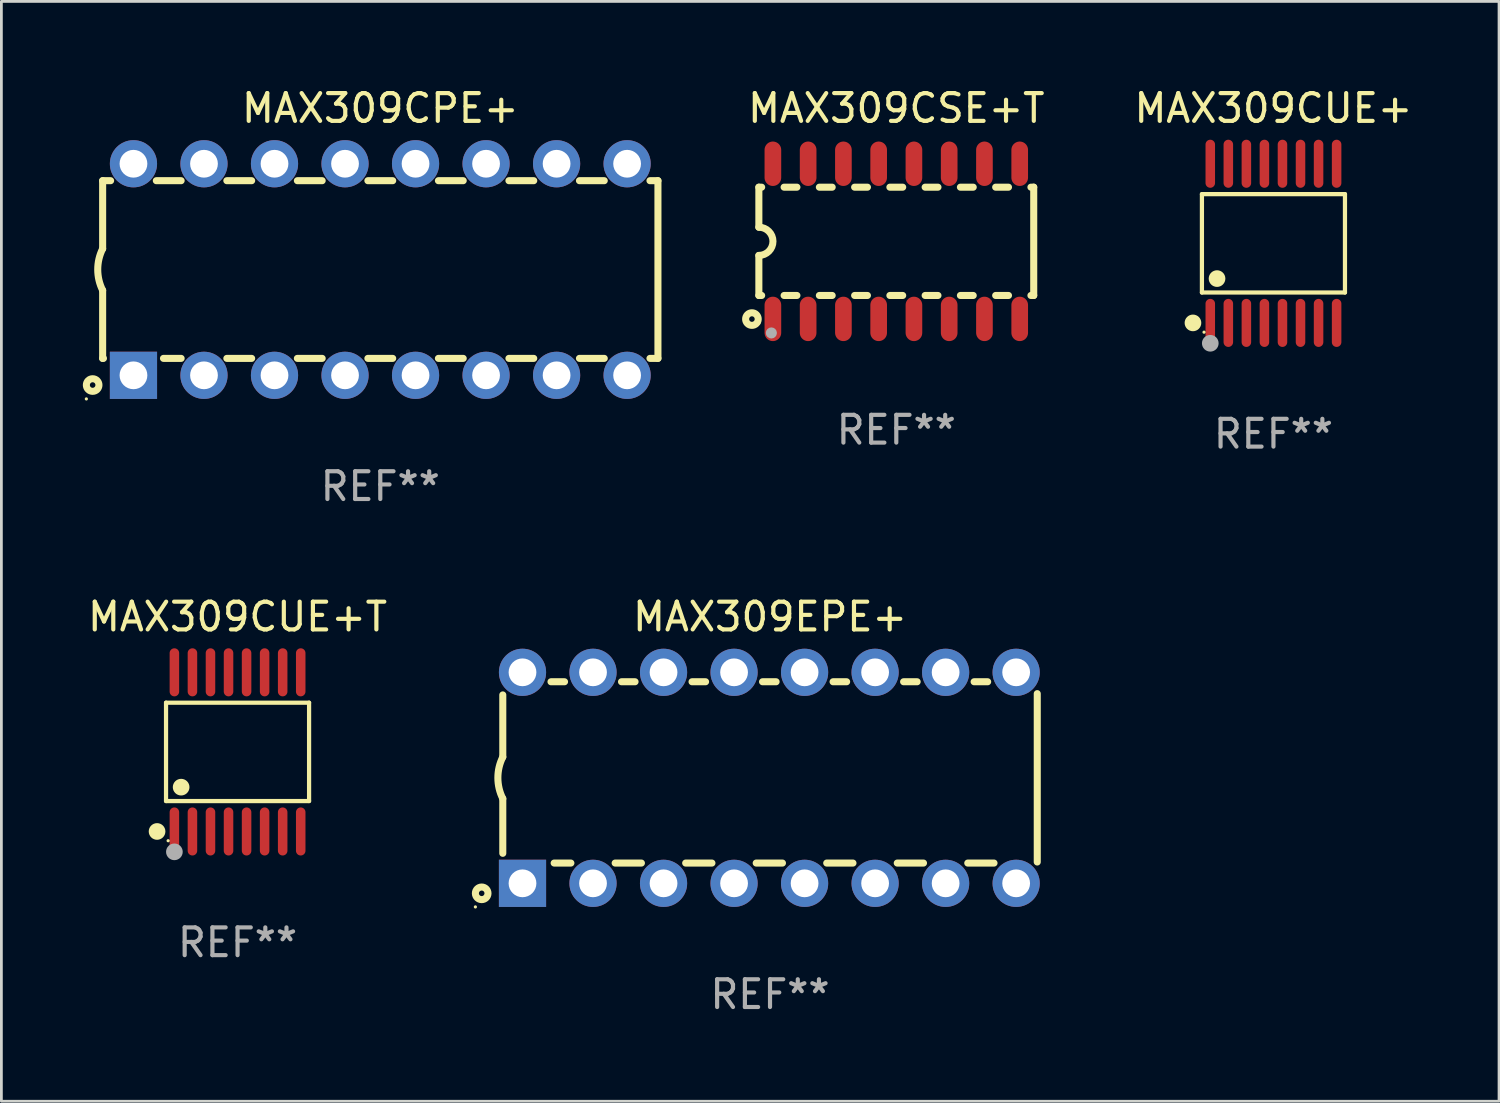
<source format=kicad_pcb>
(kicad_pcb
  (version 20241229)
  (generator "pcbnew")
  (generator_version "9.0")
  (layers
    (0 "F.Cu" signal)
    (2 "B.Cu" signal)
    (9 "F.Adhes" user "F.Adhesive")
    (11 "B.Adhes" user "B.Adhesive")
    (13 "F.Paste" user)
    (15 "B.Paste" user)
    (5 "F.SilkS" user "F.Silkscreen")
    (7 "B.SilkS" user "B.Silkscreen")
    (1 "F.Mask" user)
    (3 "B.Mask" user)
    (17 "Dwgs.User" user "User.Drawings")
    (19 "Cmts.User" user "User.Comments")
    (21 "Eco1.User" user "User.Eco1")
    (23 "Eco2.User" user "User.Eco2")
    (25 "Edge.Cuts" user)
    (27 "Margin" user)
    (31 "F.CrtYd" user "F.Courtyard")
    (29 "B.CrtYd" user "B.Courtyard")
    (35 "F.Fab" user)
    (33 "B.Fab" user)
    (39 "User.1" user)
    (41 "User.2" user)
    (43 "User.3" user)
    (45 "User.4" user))
  (footprint "MAX309CUE+"
    (layer "F.Cu")
    (at 42.816 5.714)
    (property "Reference" "MAX309CUE+" (at 0 -4.866 0) (layer "F.SilkS") (effects (font (size 1 1) (thickness 0.15))))
    (attr through_hole)
    (fp_line (start -2.576 -1.772) (end 2.576 -1.772) (stroke (width 0.152) (type solid)) (layer "F.SilkS"))
    (fp_line (start -2.576 1.771) (end -2.576 -1.772) (stroke (width 0.152) (type solid)) (layer "F.SilkS"))
    (fp_line (start 2.576 -1.772) (end 2.576 1.771) (stroke (width 0.152) (type solid)) (layer "F.SilkS"))
    (fp_line (start 2.576 1.771) (end -2.576 1.771) (stroke (width 0.152) (type solid)) (layer "F.SilkS"))
    (fp_circle (center -2.899 2.866) (end -2.749 2.866) (stroke (width 0.3) (type solid)) (fill no) (layer "F.SilkS"))
    (fp_circle (center -2.5 3.2) (end -2.47 3.2) (stroke (width 0.06) (type solid)) (fill no) (layer "F.SilkS"))
    (fp_circle (center -2.032 1.27) (end -1.882 1.27) (stroke (width 0.3) (type solid)) (fill no) (layer "F.SilkS"))
    (fp_circle (center -2.275 3.6) (end -2.125 3.6) (stroke (width 0.3) (type solid)) (fill no) (layer "F.Fab"))
    (fp_text user "REF**" (at 0 6.866 0) (layer "F.Fab") (effects (font (size 1 1) (thickness 0.15))))
    (pad "1" smd oval (at -2.275 2.866) (size 0.343 1.731) (layers "F.Cu" "F.Mask" "F.Paste"))
    (pad "2" smd oval (at -1.625 2.866) (size 0.343 1.731) (layers "F.Cu" "F.Mask" "F.Paste"))
    (pad "3" smd oval (at -0.975 2.866) (size 0.343 1.731) (layers "F.Cu" "F.Mask" "F.Paste"))
    (pad "4" smd oval (at -0.325 2.866) (size 0.343 1.731) (layers "F.Cu" "F.Mask" "F.Paste"))
    (pad "5" smd oval (at 0.325 2.866) (size 0.343 1.731) (layers "F.Cu" "F.Mask" "F.Paste"))
    (pad "6" smd oval (at 0.975 2.866) (size 0.343 1.731) (layers "F.Cu" "F.Mask" "F.Paste"))
    (pad "7" smd oval (at 1.625 2.866) (size 0.343 1.731) (layers "F.Cu" "F.Mask" "F.Paste"))
    (pad "8" smd oval (at 2.275 2.866) (size 0.343 1.731) (layers "F.Cu" "F.Mask" "F.Paste"))
    (pad "9" smd oval (at 2.275 -2.866) (size 0.343 1.731) (layers "F.Cu" "F.Mask" "F.Paste"))
    (pad "10" smd oval (at 1.625 -2.866) (size 0.343 1.731) (layers "F.Cu" "F.Mask" "F.Paste"))
    (pad "11" smd oval (at 0.975 -2.866) (size 0.343 1.731) (layers "F.Cu" "F.Mask" "F.Paste"))
    (pad "12" smd oval (at 0.325 -2.866) (size 0.343 1.731) (layers "F.Cu" "F.Mask" "F.Paste"))
    (pad "13" smd oval (at -0.325 -2.866) (size 0.343 1.731) (layers "F.Cu" "F.Mask" "F.Paste"))
    (pad "14" smd oval (at -0.975 -2.866) (size 0.343 1.731) (layers "F.Cu" "F.Mask" "F.Paste"))
    (pad "15" smd oval (at -1.625 -2.866) (size 0.343 1.731) (layers "F.Cu" "F.Mask" "F.Paste"))
    (pad "16" smd oval (at -2.275 -2.866) (size 0.343 1.731) (layers "F.Cu" "F.Mask" "F.Paste")))
  (footprint "MAX309CSE+T"
    (layer "F.Cu")
    (at 29.232 5.642)
    (property "Reference" "MAX309CSE+T" (at 0 -4.794 0) (layer "F.SilkS") (effects (font (size 1 1) (thickness 0.15))))
    (attr through_hole)
    (fp_line (start -4.95 -1.95) (end -4.95 -0.508) (stroke (width 0.254) (type solid)) (layer "F.SilkS"))
    (fp_line (start -4.95 -1.95) (end -4.849 -1.95) (stroke (width 0.254) (type solid)) (layer "F.SilkS"))
    (fp_line (start -4.95 1.95) (end -4.95 0.508) (stroke (width 0.254) (type solid)) (layer "F.SilkS"))
    (fp_line (start -4.95 1.95) (end -4.849 1.95) (stroke (width 0.254) (type solid)) (layer "F.SilkS"))
    (fp_line (start -4.041 -1.95) (end -3.579 -1.95) (stroke (width 0.254) (type solid)) (layer "F.SilkS"))
    (fp_line (start -4.041 1.95) (end -3.579 1.95) (stroke (width 0.254) (type solid)) (layer "F.SilkS"))
    (fp_line (start -2.771 -1.95) (end -2.309 -1.95) (stroke (width 0.254) (type solid)) (layer "F.SilkS"))
    (fp_line (start -2.771 1.95) (end -2.309 1.95) (stroke (width 0.254) (type solid)) (layer "F.SilkS"))
    (fp_line (start -1.501 -1.95) (end -1.039 -1.95) (stroke (width 0.254) (type solid)) (layer "F.SilkS"))
    (fp_line (start -1.501 1.95) (end -1.039 1.95) (stroke (width 0.254) (type solid)) (layer "F.SilkS"))
    (fp_line (start -0.231 -1.95) (end 0.231 -1.95) (stroke (width 0.254) (type solid)) (layer "F.SilkS"))
    (fp_line (start -0.231 1.95) (end 0.231 1.95) (stroke (width 0.254) (type solid)) (layer "F.SilkS"))
    (fp_line (start 1.039 -1.95) (end 1.501 -1.95) (stroke (width 0.254) (type solid)) (layer "F.SilkS"))
    (fp_line (start 1.039 1.95) (end 1.501 1.95) (stroke (width 0.254) (type solid)) (layer "F.SilkS"))
    (fp_line (start 2.309 -1.95) (end 2.771 -1.95) (stroke (width 0.254) (type solid)) (layer "F.SilkS"))
    (fp_line (start 2.309 1.95) (end 2.771 1.95) (stroke (width 0.254) (type solid)) (layer "F.SilkS"))
    (fp_line (start 3.579 -1.95) (end 4.041 -1.95) (stroke (width 0.254) (type solid)) (layer "F.SilkS"))
    (fp_line (start 3.579 1.95) (end 4.041 1.95) (stroke (width 0.254) (type solid)) (layer "F.SilkS"))
    (fp_line (start 4.849 -1.95) (end 4.95 -1.95) (stroke (width 0.254) (type solid)) (layer "F.SilkS"))
    (fp_line (start 4.849 1.95) (end 4.95 1.95) (stroke (width 0.254) (type solid)) (layer "F.SilkS"))
    (fp_line (start 4.95 -1.95) (end 4.95 1.95) (stroke (width 0.254) (type solid)) (layer "F.SilkS"))
    (fp_arc (start -4.95047 -0.508001) (mid -4.442469 -0.000228) (end -4.950013 0.508001) (stroke (width 0.254001) (type solid)) (layer "F.SilkS"))
    (fp_circle (center -5.2 2.8) (end -5.1 2.8) (stroke (width 0.254) (type solid)) (fill no) (layer "F.SilkS"))
    (fp_circle (center -4.95 2.947) (end -4.92 2.947) (stroke (width 0.06) (type solid)) (fill no) (layer "F.SilkS"))
    (fp_circle (center -4.5 3.3) (end -4.4 3.3) (stroke (width 0.2) (type solid)) (fill no) (layer "F.Fab"))
    (fp_text user "REF**" (at 0 6.794 0) (layer "F.Fab") (effects (font (size 1 1) (thickness 0.15))))
    (pad "1" smd oval (at -4.445 2.794) (size 0.6 1.6) (layers "F.Cu" "F.Mask" "F.Paste"))
    (pad "2" smd oval (at -3.175 2.794) (size 0.6 1.6) (layers "F.Cu" "F.Mask" "F.Paste"))
    (pad "3" smd oval (at -1.905 2.794) (size 0.6 1.6) (layers "F.Cu" "F.Mask" "F.Paste"))
    (pad "4" smd oval (at -0.635 2.794) (size 0.6 1.6) (layers "F.Cu" "F.Mask" "F.Paste"))
    (pad "5" smd oval (at 0.635 2.794) (size 0.6 1.6) (layers "F.Cu" "F.Mask" "F.Paste"))
    (pad "6" smd oval (at 1.905 2.794) (size 0.6 1.6) (layers "F.Cu" "F.Mask" "F.Paste"))
    (pad "7" smd oval (at 3.175 2.794) (size 0.6 1.6) (layers "F.Cu" "F.Mask" "F.Paste"))
    (pad "8" smd oval (at 4.445 2.794) (size 0.6 1.6) (layers "F.Cu" "F.Mask" "F.Paste"))
    (pad "9" smd oval (at 4.445 -2.794) (size 0.6 1.6) (layers "F.Cu" "F.Mask" "F.Paste"))
    (pad "10" smd oval (at 3.175 -2.794) (size 0.6 1.6) (layers "F.Cu" "F.Mask" "F.Paste"))
    (pad "11" smd oval (at 1.905 -2.794) (size 0.6 1.6) (layers "F.Cu" "F.Mask" "F.Paste"))
    (pad "12" smd oval (at 0.635 -2.794) (size 0.6 1.6) (layers "F.Cu" "F.Mask" "F.Paste"))
    (pad "13" smd oval (at -0.635 -2.794) (size 0.6 1.6) (layers "F.Cu" "F.Mask" "F.Paste"))
    (pad "14" smd oval (at -1.905 -2.794) (size 0.6 1.6) (layers "F.Cu" "F.Mask" "F.Paste"))
    (pad "15" smd oval (at -3.175 -2.794) (size 0.6 1.6) (layers "F.Cu" "F.Mask" "F.Paste"))
    (pad "16" smd oval (at -4.445 -2.794) (size 0.6 1.6) (layers "F.Cu" "F.Mask" "F.Paste")))
  (footprint "MAX309CUE+T"
    (layer "F.Cu")
    (at 5.506 24.031)
    (property "Reference" "MAX309CUE+T" (at 0 -4.866 0) (layer "F.SilkS") (effects (font (size 1 1) (thickness 0.15))))
    (attr through_hole)
    (fp_line (start -2.576 -1.772) (end 2.576 -1.772) (stroke (width 0.152) (type solid)) (layer "F.SilkS"))
    (fp_line (start -2.576 1.771) (end -2.576 -1.772) (stroke (width 0.152) (type solid)) (layer "F.SilkS"))
    (fp_line (start 2.576 -1.772) (end 2.576 1.771) (stroke (width 0.152) (type solid)) (layer "F.SilkS"))
    (fp_line (start 2.576 1.771) (end -2.576 1.771) (stroke (width 0.152) (type solid)) (layer "F.SilkS"))
    (fp_circle (center -2.899 2.866) (end -2.749 2.866) (stroke (width 0.3) (type solid)) (fill no) (layer "F.SilkS"))
    (fp_circle (center -2.5 3.2) (end -2.47 3.2) (stroke (width 0.06) (type solid)) (fill no) (layer "F.SilkS"))
    (fp_circle (center -2.032 1.27) (end -1.882 1.27) (stroke (width 0.3) (type solid)) (fill no) (layer "F.SilkS"))
    (fp_circle (center -2.275 3.6) (end -2.125 3.6) (stroke (width 0.3) (type solid)) (fill no) (layer "F.Fab"))
    (fp_text user "REF**" (at 0 6.866 0) (layer "F.Fab") (effects (font (size 1 1) (thickness 0.15))))
    (pad "1" smd oval (at -2.275 2.866) (size 0.343 1.731) (layers "F.Cu" "F.Mask" "F.Paste"))
    (pad "2" smd oval (at -1.625 2.866) (size 0.343 1.731) (layers "F.Cu" "F.Mask" "F.Paste"))
    (pad "3" smd oval (at -0.975 2.866) (size 0.343 1.731) (layers "F.Cu" "F.Mask" "F.Paste"))
    (pad "4" smd oval (at -0.325 2.866) (size 0.343 1.731) (layers "F.Cu" "F.Mask" "F.Paste"))
    (pad "5" smd oval (at 0.325 2.866) (size 0.343 1.731) (layers "F.Cu" "F.Mask" "F.Paste"))
    (pad "6" smd oval (at 0.975 2.866) (size 0.343 1.731) (layers "F.Cu" "F.Mask" "F.Paste"))
    (pad "7" smd oval (at 1.625 2.866) (size 0.343 1.731) (layers "F.Cu" "F.Mask" "F.Paste"))
    (pad "8" smd oval (at 2.275 2.866) (size 0.343 1.731) (layers "F.Cu" "F.Mask" "F.Paste"))
    (pad "9" smd oval (at 2.275 -2.866) (size 0.343 1.731) (layers "F.Cu" "F.Mask" "F.Paste"))
    (pad "10" smd oval (at 1.625 -2.866) (size 0.343 1.731) (layers "F.Cu" "F.Mask" "F.Paste"))
    (pad "11" smd oval (at 0.975 -2.866) (size 0.343 1.731) (layers "F.Cu" "F.Mask" "F.Paste"))
    (pad "12" smd oval (at 0.325 -2.866) (size 0.343 1.731) (layers "F.Cu" "F.Mask" "F.Paste"))
    (pad "13" smd oval (at -0.325 -2.866) (size 0.343 1.731) (layers "F.Cu" "F.Mask" "F.Paste"))
    (pad "14" smd oval (at -0.975 -2.866) (size 0.343 1.731) (layers "F.Cu" "F.Mask" "F.Paste"))
    (pad "15" smd oval (at -1.625 -2.866) (size 0.343 1.731) (layers "F.Cu" "F.Mask" "F.Paste"))
    (pad "16" smd oval (at -2.275 -2.866) (size 0.343 1.731) (layers "F.Cu" "F.Mask" "F.Paste")))
  (footprint "MAX309CPE+"
    (layer "F.Cu")
    (at 10.647 6.658)
    (property "Reference" "MAX309CPE+" (at 0 -5.81 0) (layer "F.SilkS") (effects (font (size 1 1) (thickness 0.15))))
    (attr through_hole)
    (fp_line (start -10 -3.2) (end -10 -0.75) (stroke (width 0.254) (type solid)) (layer "F.SilkS"))
    (fp_line (start -10 -3.2) (end -9.713 -3.2) (stroke (width 0.254) (type solid)) (layer "F.SilkS"))
    (fp_line (start -10 3.2) (end -10 0.75) (stroke (width 0.254) (type solid)) (layer "F.SilkS"))
    (fp_line (start -10 3.2) (end -9.971 3.2) (stroke (width 0.254) (type solid)) (layer "F.SilkS"))
    (fp_line (start -8.067 -3.2) (end -7.173 -3.2) (stroke (width 0.254) (type solid)) (layer "F.SilkS"))
    (fp_line (start -7.809 3.2) (end -7.173 3.2) (stroke (width 0.254) (type solid)) (layer "F.SilkS"))
    (fp_line (start -5.527 3.2) (end -4.633 3.2) (stroke (width 0.254) (type solid)) (layer "F.SilkS"))
    (fp_line (start -5.527 -3.2) (end -4.633 -3.2) (stroke (width 0.254) (type solid)) (layer "F.SilkS"))
    (fp_line (start -2.987 3.2) (end -2.093 3.2) (stroke (width 0.254) (type solid)) (layer "F.SilkS"))
    (fp_line (start -2.987 -3.2) (end -2.093 -3.2) (stroke (width 0.254) (type solid)) (layer "F.SilkS"))
    (fp_line (start -0.447 3.2) (end 0.447 3.2) (stroke (width 0.254) (type solid)) (layer "F.SilkS"))
    (fp_line (start -0.447 -3.2) (end 0.447 -3.2) (stroke (width 0.254) (type solid)) (layer "F.SilkS"))
    (fp_line (start 2.093 3.2) (end 2.987 3.2) (stroke (width 0.254) (type solid)) (layer "F.SilkS"))
    (fp_line (start 2.093 -3.2) (end 2.987 -3.2) (stroke (width 0.254) (type solid)) (layer "F.SilkS"))
    (fp_line (start 4.633 3.2) (end 5.527 3.2) (stroke (width 0.254) (type solid)) (layer "F.SilkS"))
    (fp_line (start 4.633 -3.2) (end 5.527 -3.2) (stroke (width 0.254) (type solid)) (layer "F.SilkS"))
    (fp_line (start 7.173 3.2) (end 8.067 3.2) (stroke (width 0.254) (type solid)) (layer "F.SilkS"))
    (fp_line (start 7.173 -3.2) (end 8.067 -3.2) (stroke (width 0.254) (type solid)) (layer "F.SilkS"))
    (fp_line (start 9.713 3.2) (end 10 3.2) (stroke (width 0.254) (type solid)) (layer "F.SilkS"))
    (fp_line (start 9.713 -3.2) (end 10 -3.2) (stroke (width 0.254) (type solid)) (layer "F.SilkS"))
    (fp_line (start 10 -3.2) (end 10 3.2) (stroke (width 0.254) (type solid)) (layer "F.SilkS"))
    (fp_arc (start -10 0.748793) (mid -10.176918 -0.000607) (end -10.000025 -0.750013) (stroke (width 0.254001) (type solid)) (layer "F.SilkS"))
    (fp_circle (center -10.587 4.66) (end -10.557 4.66) (stroke (width 0.06) (type solid)) (fill no) (layer "F.SilkS"))
    (fp_circle (center -10.36 4.16) (end -10.26 4.16) (stroke (width 0.254) (type solid)) (fill no) (layer "F.SilkS"))
    (fp_text user "REF**" (at 0 7.81 0) (layer "F.Fab") (effects (font (size 1 1) (thickness 0.15))))
    (pad "1" thru_hole rect (at -8.89 3.81 90) (size 1.7 1.7) (drill 1) (layers "*.Cu" "*.Mask"))
    (pad "2" thru_hole circle (at -6.35 3.81) (size 1.7 1.7) (drill 1) (layers "*.Cu" "*.Mask"))
    (pad "3" thru_hole circle (at -3.81 3.81) (size 1.7 1.7) (drill 1) (layers "*.Cu" "*.Mask"))
    (pad "4" thru_hole circle (at -1.27 3.81) (size 1.7 1.7) (drill 1) (layers "*.Cu" "*.Mask"))
    (pad "5" thru_hole circle (at 1.27 3.81) (size 1.7 1.7) (drill 1) (layers "*.Cu" "*.Mask"))
    (pad "6" thru_hole circle (at 3.81 3.81) (size 1.7 1.7) (drill 1) (layers "*.Cu" "*.Mask"))
    (pad "7" thru_hole circle (at 6.35 3.81) (size 1.7 1.7) (drill 1) (layers "*.Cu" "*.Mask"))
    (pad "8" thru_hole circle (at 8.89 3.81) (size 1.7 1.7) (drill 1) (layers "*.Cu" "*.Mask"))
    (pad "9" thru_hole circle (at 8.89 -3.81) (size 1.7 1.7) (drill 1) (layers "*.Cu" "*.Mask"))
    (pad "10" thru_hole circle (at 6.35 -3.81) (size 1.7 1.7) (drill 1) (layers "*.Cu" "*.Mask"))
    (pad "11" thru_hole circle (at 3.81 -3.81) (size 1.7 1.7) (drill 1) (layers "*.Cu" "*.Mask"))
    (pad "12" thru_hole circle (at 1.27 -3.81) (size 1.7 1.7) (drill 1) (layers "*.Cu" "*.Mask"))
    (pad "13" thru_hole circle (at -1.27 -3.81) (size 1.7 1.7) (drill 1) (layers "*.Cu" "*.Mask"))
    (pad "14" thru_hole circle (at -3.81 -3.81) (size 1.7 1.7) (drill 1) (layers "*.Cu" "*.Mask"))
    (pad "15" thru_hole circle (at -6.35 -3.81) (size 1.7 1.7) (drill 1) (layers "*.Cu" "*.Mask"))
    (pad "16" thru_hole circle (at -8.89 -3.81) (size 1.7 1.7) (drill 1) (layers "*.Cu" "*.Mask")))
  (footprint "MAX309EPE+"
    (layer "F.Cu")
    (at 24.684 24.965)
    (property "Reference" "MAX309EPE+" (at 0 -5.8 0) (layer "F.SilkS") (effects (font (size 1 1) (thickness 0.15))))
    (attr through_hole)
    (fp_line (start -9.625 -0.75) (end -9.625 -2.986) (stroke (width 0.254) (type solid)) (layer "F.SilkS"))
    (fp_line (start -9.625 0.749) (end -9.625 2.719) (stroke (width 0.254) (type solid)) (layer "F.SilkS"))
    (fp_line (start -7.889 -3.46) (end -7.401 -3.46) (stroke (width 0.254) (type solid)) (layer "F.SilkS"))
    (fp_line (start -7.775 3.07) (end -7.172 3.07) (stroke (width 0.254) (type solid)) (layer "F.SilkS"))
    (fp_line (start -5.578 3.07) (end -4.632 3.07) (stroke (width 0.254) (type solid)) (layer "F.SilkS"))
    (fp_line (start -5.349 -3.46) (end -4.861 -3.46) (stroke (width 0.254) (type solid)) (layer "F.SilkS"))
    (fp_line (start -3.038 3.07) (end -2.092 3.07) (stroke (width 0.254) (type solid)) (layer "F.SilkS"))
    (fp_line (start -2.809 -3.46) (end -2.321 -3.46) (stroke (width 0.254) (type solid)) (layer "F.SilkS"))
    (fp_line (start -0.498 3.07) (end 0.448 3.07) (stroke (width 0.254) (type solid)) (layer "F.SilkS"))
    (fp_line (start -0.269 -3.46) (end 0.219 -3.46) (stroke (width 0.254) (type solid)) (layer "F.SilkS"))
    (fp_line (start 2.042 3.07) (end 2.988 3.07) (stroke (width 0.254) (type solid)) (layer "F.SilkS"))
    (fp_line (start 2.271 -3.46) (end 2.759 -3.46) (stroke (width 0.254) (type solid)) (layer "F.SilkS"))
    (fp_line (start 4.582 3.07) (end 5.528 3.07) (stroke (width 0.254) (type solid)) (layer "F.SilkS"))
    (fp_line (start 4.811 -3.46) (end 5.299 -3.46) (stroke (width 0.254) (type solid)) (layer "F.SilkS"))
    (fp_line (start 7.122 3.07) (end 8.068 3.07) (stroke (width 0.254) (type solid)) (layer "F.SilkS"))
    (fp_line (start 7.351 -3.46) (end 7.839 -3.46) (stroke (width 0.254) (type solid)) (layer "F.SilkS"))
    (fp_line (start 9.625 3.032) (end 9.625 -3.032) (stroke (width 0.254) (type solid)) (layer "F.SilkS"))
    (fp_arc (start -9.624993 0.748819) (mid -9.801912 -0.000581) (end -9.625019 -0.749987) (stroke (width 0.254001) (type solid)) (layer "F.SilkS"))
    (fp_circle (center -10.612 4.65) (end -10.582 4.65) (stroke (width 0.06) (type solid)) (fill no) (layer "F.SilkS"))
    (fp_circle (center -10.385 4.16) (end -10.285 4.16) (stroke (width 0.254) (type solid)) (fill no) (layer "F.SilkS"))
    (fp_text user "REF**" (at 0 7.8 0) (layer "F.Fab") (effects (font (size 1 1) (thickness 0.15))))
    (pad "1" thru_hole rect (at -8.915 3.8 90) (size 1.7 1.7) (drill 1) (layers "*.Cu" "*.Mask"))
    (pad "2" thru_hole circle (at -6.375 3.8) (size 1.7 1.7) (drill 1) (layers "*.Cu" "*.Mask"))
    (pad "3" thru_hole circle (at -3.835 3.8) (size 1.7 1.7) (drill 1) (layers "*.Cu" "*.Mask"))
    (pad "4" thru_hole circle (at -1.295 3.8) (size 1.7 1.7) (drill 1) (layers "*.Cu" "*.Mask"))
    (pad "5" thru_hole circle (at 1.245 3.8) (size 1.7 1.7) (drill 1) (layers "*.Cu" "*.Mask"))
    (pad "6" thru_hole circle (at 3.785 3.8) (size 1.7 1.7) (drill 1) (layers "*.Cu" "*.Mask"))
    (pad "7" thru_hole circle (at 6.325 3.8) (size 1.7 1.7) (drill 1) (layers "*.Cu" "*.Mask"))
    (pad "8" thru_hole circle (at 8.865 3.8) (size 1.7 1.7) (drill 1) (layers "*.Cu" "*.Mask"))
    (pad "9" thru_hole circle (at 8.865 -3.8) (size 1.7 1.7) (drill 1) (layers "*.Cu" "*.Mask"))
    (pad "10" thru_hole circle (at 6.325 -3.8) (size 1.7 1.7) (drill 1) (layers "*.Cu" "*.Mask"))
    (pad "11" thru_hole circle (at 3.785 -3.8) (size 1.7 1.7) (drill 1) (layers "*.Cu" "*.Mask"))
    (pad "12" thru_hole circle (at 1.245 -3.8) (size 1.7 1.7) (drill 1) (layers "*.Cu" "*.Mask"))
    (pad "13" thru_hole circle (at -1.295 -3.8) (size 1.7 1.7) (drill 1) (layers "*.Cu" "*.Mask"))
    (pad "14" thru_hole circle (at -3.835 -3.8) (size 1.7 1.7) (drill 1) (layers "*.Cu" "*.Mask"))
    (pad "15" thru_hole circle (at -6.375 -3.8) (size 1.7 1.7) (drill 1) (layers "*.Cu" "*.Mask"))
    (pad "16" thru_hole circle (at -8.915 -3.8) (size 1.7 1.7) (drill 1) (layers "*.Cu" "*.Mask")))
  (gr_rect
    (start -3 -3)
    (end 50.941 36.613)
    (stroke (width 0.1) (type default))
    (fill no)
    (layer "Edge.Cuts")))
</source>
